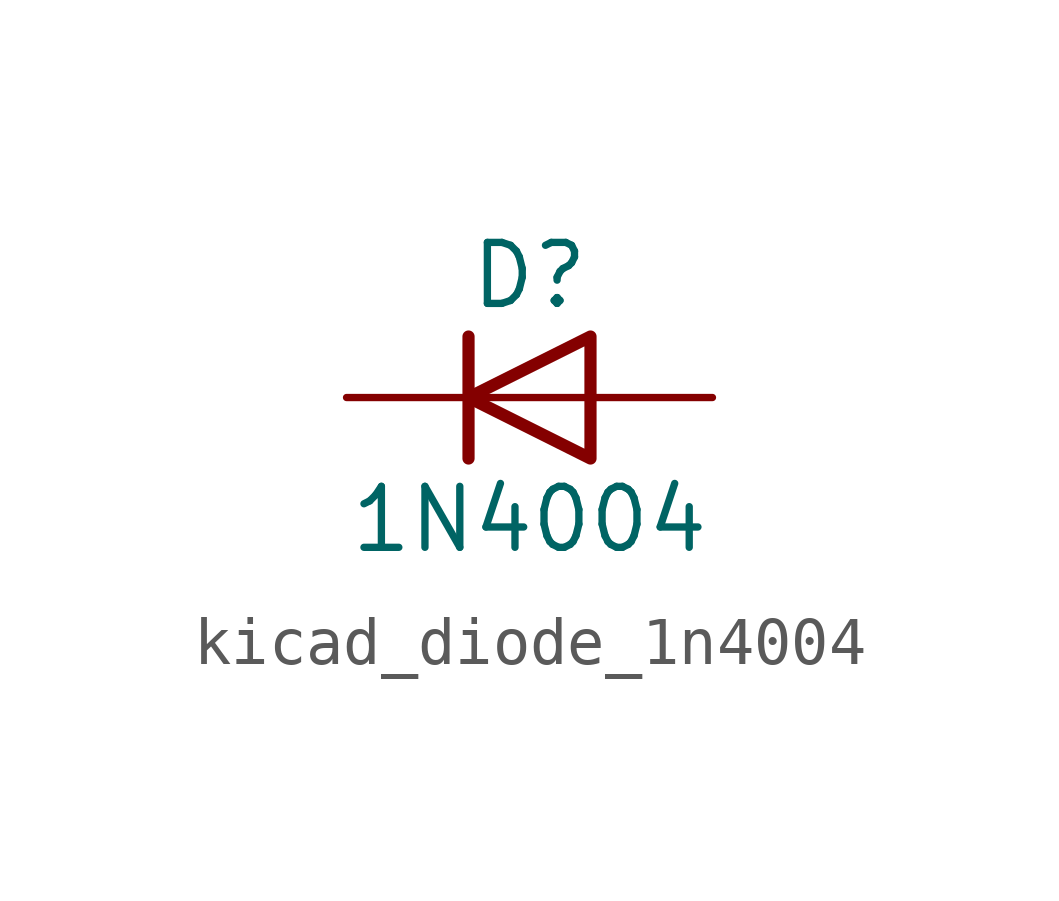
<source format=kicad_sym>
(kicad_symbol_lib
  (version 20220914)
  (generator kicad_symbol_editor)
  (symbol "kicad_diode_1n4004"
    (pin_numbers hide)
    (pin_names hide)
    (property "Reference" "D"
      (at 0 2.54 0)
      (effects (font (size 1.27 1.27))))
    (property "Value" "1N4004"
      (at 0 -2.54 0)
      (effects (font (size 1.27 1.27))))
    (symbol "kicad_diode_1n4004_0_1"
      (polyline (pts (xy -1.27 1.27) (xy -1.27 -1.27)) (stroke (width 0.254) (type default)) (fill (type none)))
      (polyline (pts (xy 1.27 0) (xy -1.27 0)) (stroke (width 0) (type default)) (fill (type none)))
      (polyline (pts (xy 1.27 1.27) (xy 1.27 -1.27) (xy -1.27 0) (xy 1.27 1.27)) (stroke (width 0.254) (type default)) (fill (type none))))
    (symbol "kicad_diode_1n4004_1_1"
      (pin passive line (at -3.81 0 0) (length 2.54) (name "K" (effects (font (size 1.27 1.27)))) (number "1" (effects (font (size 1.27 1.27)))))
      (pin passive line (at 3.81 0 180) (length 2.54) (name "A" (effects (font (size 1.27 1.27)))) (number "2" (effects (font (size 1.27 1.27))))))))
</source>
